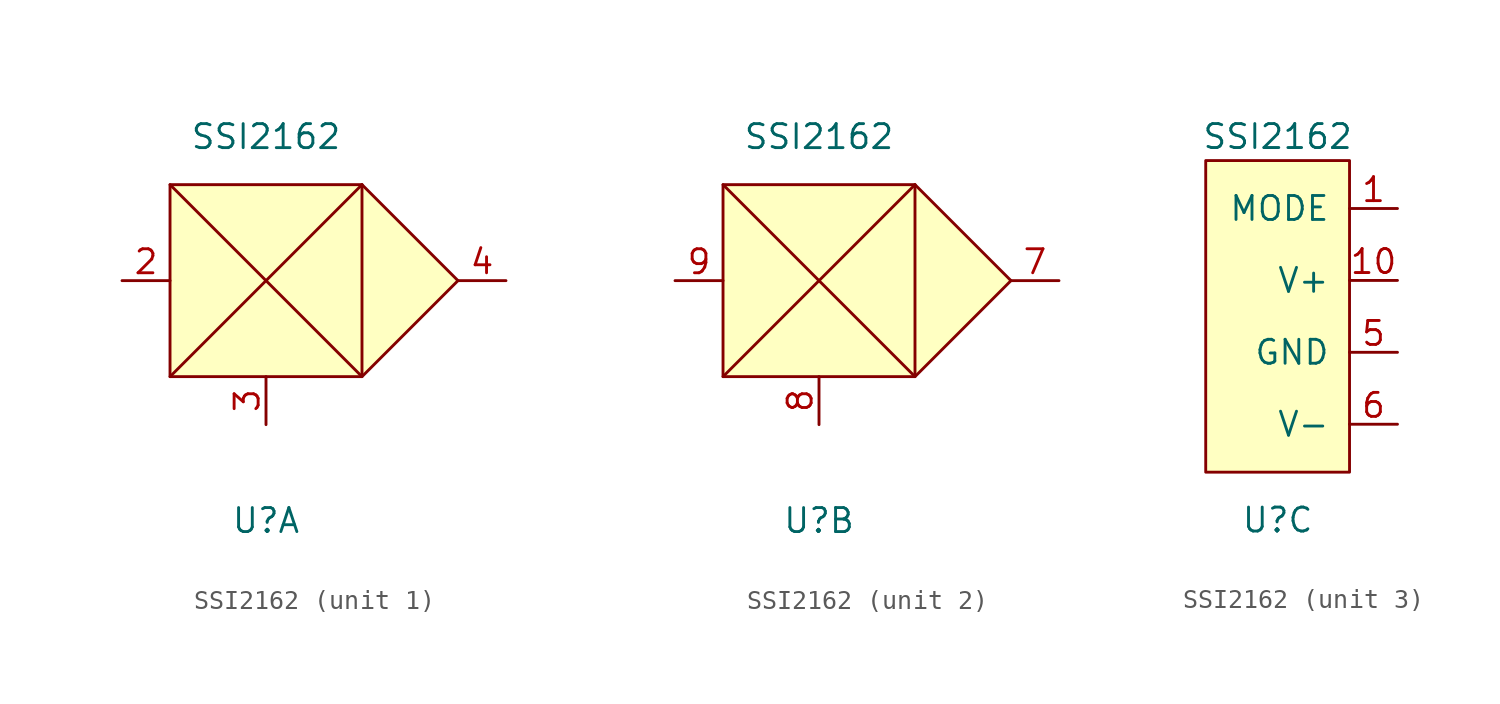
<source format=kicad_sym>
(kicad_symbol_lib
  (version 20211014)
  (generator kicad_symbol_editor)
  (symbol "SSI2162"
    (pin_names
      (offset 1.016))
    (property "Reference" "U"
      (at 0 -12.7 0)
      (effects (font (size 1.27 1.27))))
    (property "Value" "SSI2162"
      (at 0 7.62 0)
      (effects (font (size 1.27 1.27))))
    (property "ki_locked" ""
      (at 0 0 0)
      (effects (font (size 1.27 1.27))))
    (symbol "SSI2162_1_1"
      (rectangle (start -5.08 5.08) (end 5.08 -5.08) (stroke (width 0) (type default) (color 0 0 0 0)) (fill (type background)))
      (polyline (pts (xy 5.08 5.08) (xy -5.08 -5.08)) (stroke (width 0) (type default) (color 0 0 0 0)) (fill (type none)))
      (polyline (pts (xy 5.08 5.08) (xy 10.16 0) (xy 5.08 -5.08) (xy -5.08 5.08)) (stroke (width 0) (type default) (color 0 0 0 0)) (fill (type background)))
      (pin input line (at -7.62 0 0) (length 2.54) (name "~" (effects (font (size 1.27 1.27)))) (number "2" (effects (font (size 1.27 1.27)))))
      (pin input line (at 0 -7.62 90) (length 2.54) (name "~" (effects (font (size 1.27 1.27)))) (number "3" (effects (font (size 1.27 1.27)))))
      (pin output line (at 12.7 0 180) (length 2.54) (name "~" (effects (font (size 1.27 1.27)))) (number "4" (effects (font (size 1.27 1.27))))))
    (symbol "SSI2162_2_1"
      (rectangle (start -5.08 5.08) (end 5.08 -5.08) (stroke (width 0) (type default) (color 0 0 0 0)) (fill (type background)))
      (polyline (pts (xy 5.08 5.08) (xy -5.08 -5.08)) (stroke (width 0) (type default) (color 0 0 0 0)) (fill (type none)))
      (polyline (pts (xy 5.08 5.08) (xy 10.16 0) (xy 5.08 -5.08) (xy -5.08 5.08)) (stroke (width 0) (type default) (color 0 0 0 0)) (fill (type background)))
      (pin output line (at 12.7 0 180) (length 2.54) (name "~" (effects (font (size 1.27 1.27)))) (number "7" (effects (font (size 1.27 1.27)))))
      (pin input line (at 0 -7.62 90) (length 2.54) (name "~" (effects (font (size 1.27 1.27)))) (number "8" (effects (font (size 1.27 1.27)))))
      (pin input line (at -7.62 0 0) (length 2.54) (name "~" (effects (font (size 1.27 1.27)))) (number "9" (effects (font (size 1.27 1.27))))))
    (symbol "SSI2162_3_1"
      (rectangle (start 3.81 -10.16) (end -3.81 6.35) (stroke (width 0) (type default) (color 0 0 0 0)) (fill (type background)))
      (pin input line (at 6.35 3.81 180) (length 2.54) (name "MODE" (effects (font (size 1.27 1.27)))) (number "1" (effects (font (size 1.27 1.27)))))
      (pin power_in line (at 6.35 0 180) (length 2.54) (name "V+" (effects (font (size 1.27 1.27)))) (number "10" (effects (font (size 1.27 1.27)))))
      (pin power_in line (at 6.35 -3.81 180) (length 2.54) (name "GND" (effects (font (size 1.27 1.27)))) (number "5" (effects (font (size 1.27 1.27)))))
      (pin power_in line (at 6.35 -7.62 180) (length 2.54) (name "V-" (effects (font (size 1.27 1.27)))) (number "6" (effects (font (size 1.27 1.27))))))))
</source>
